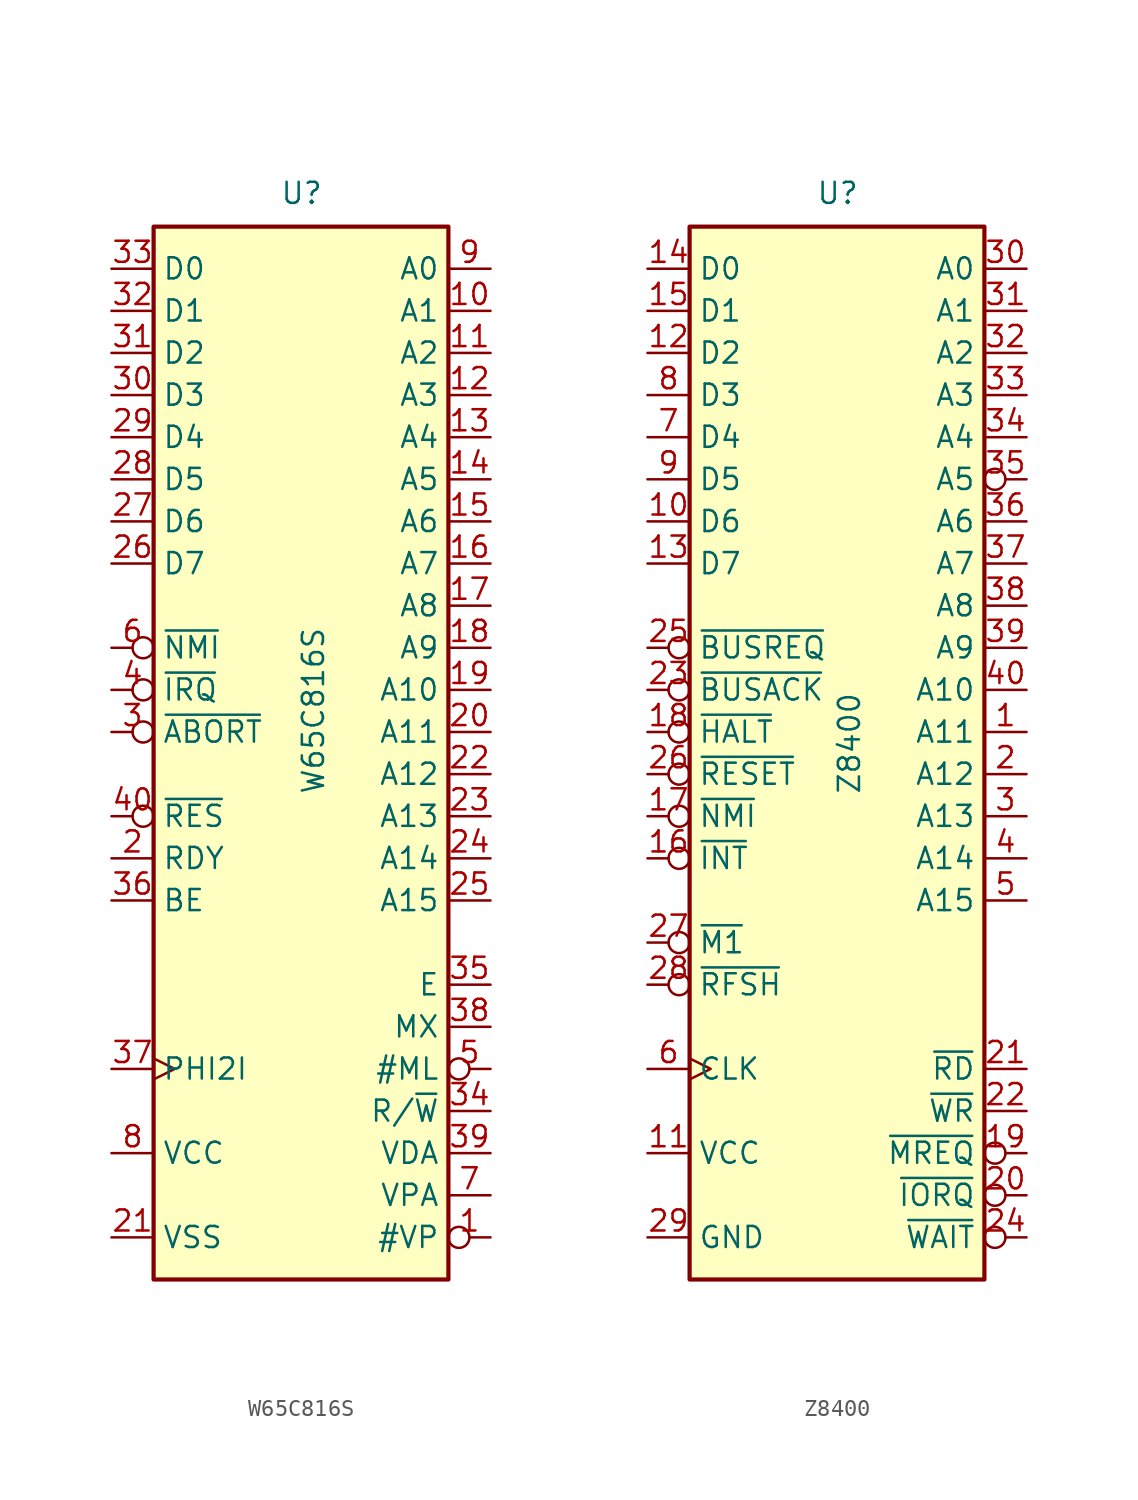
<source format=kicad_sym>
(kicad_symbol_lib
  (version 20211014)
  (generator kicad_symbol_editor)
  (symbol "W65C816S"
    (property "Reference" "U"
      (at -1.27 31.75 0)
      (effects (font (size 1.27 1.27)) (justify left bottom)))
    (property "Value" "W65C816S"
      (at 0 -3.81 90)
      (effects (font (size 1.27 1.27)) (justify left top)))
    (symbol "W65C816S_0_0"
      (pin output line (at 11.43 -15.24 180) (length 2.54) (name "E" (effects (font (size 1.27 1.27)))) (number "35" (effects (font (size 1.27 1.27)))))
      (pin input line (at -11.43 -10.16 0) (length 2.54) (name "BE" (effects (font (size 1.27 1.27)))) (number "36" (effects (font (size 1.27 1.27)))))
      (pin output inverted (at 11.43 -20.32 180) (length 2.54) (name "#ML" (effects (font (size 1.27 1.27)))) (number "5" (effects (font (size 1.27 1.27))))))
    (symbol "W65C816S_0_1"
      (rectangle (start -8.89 -33.02) (end 8.89 30.48) (stroke (width 0.254) (type default) (color 0 0 0 0)) (fill (type background))))
    (symbol "W65C816S_1_1"
      (pin output inverted (at 11.43 -30.48 180) (length 2.54) (name "#VP" (effects (font (size 1.27 1.27)))) (number "1" (effects (font (size 1.27 1.27)))))
      (pin output line (at 11.43 25.4 180) (length 2.54) (name "A1" (effects (font (size 1.27 1.27)))) (number "10" (effects (font (size 1.27 1.27)))))
      (pin output line (at 11.43 22.86 180) (length 2.54) (name "A2" (effects (font (size 1.27 1.27)))) (number "11" (effects (font (size 1.27 1.27)))))
      (pin output line (at 11.43 20.32 180) (length 2.54) (name "A3" (effects (font (size 1.27 1.27)))) (number "12" (effects (font (size 1.27 1.27)))))
      (pin output line (at 11.43 17.78 180) (length 2.54) (name "A4" (effects (font (size 1.27 1.27)))) (number "13" (effects (font (size 1.27 1.27)))))
      (pin output line (at 11.43 15.24 180) (length 2.54) (name "A5" (effects (font (size 1.27 1.27)))) (number "14" (effects (font (size 1.27 1.27)))))
      (pin output line (at 11.43 12.7 180) (length 2.54) (name "A6" (effects (font (size 1.27 1.27)))) (number "15" (effects (font (size 1.27 1.27)))))
      (pin output line (at 11.43 10.16 180) (length 2.54) (name "A7" (effects (font (size 1.27 1.27)))) (number "16" (effects (font (size 1.27 1.27)))))
      (pin output line (at 11.43 7.62 180) (length 2.54) (name "A8" (effects (font (size 1.27 1.27)))) (number "17" (effects (font (size 1.27 1.27)))))
      (pin output line (at 11.43 5.08 180) (length 2.54) (name "A9" (effects (font (size 1.27 1.27)))) (number "18" (effects (font (size 1.27 1.27)))))
      (pin output line (at 11.43 2.54 180) (length 2.54) (name "A10" (effects (font (size 1.27 1.27)))) (number "19" (effects (font (size 1.27 1.27)))))
      (pin input line (at -11.43 -7.62 0) (length 2.54) (name "RDY" (effects (font (size 1.27 1.27)))) (number "2" (effects (font (size 1.27 1.27)))))
      (pin output line (at 11.43 0 180) (length 2.54) (name "A11" (effects (font (size 1.27 1.27)))) (number "20" (effects (font (size 1.27 1.27)))))
      (pin power_in line (at -11.43 -30.48 0) (length 2.54) (name "VSS" (effects (font (size 1.27 1.27)))) (number "21" (effects (font (size 1.27 1.27)))))
      (pin output line (at 11.43 -2.54 180) (length 2.54) (name "A12" (effects (font (size 1.27 1.27)))) (number "22" (effects (font (size 1.27 1.27)))))
      (pin output line (at 11.43 -5.08 180) (length 2.54) (name "A13" (effects (font (size 1.27 1.27)))) (number "23" (effects (font (size 1.27 1.27)))))
      (pin output line (at 11.43 -7.62 180) (length 2.54) (name "A14" (effects (font (size 1.27 1.27)))) (number "24" (effects (font (size 1.27 1.27)))))
      (pin output line (at 11.43 -10.16 180) (length 2.54) (name "A15" (effects (font (size 1.27 1.27)))) (number "25" (effects (font (size 1.27 1.27)))))
      (pin bidirectional line (at -11.43 10.16 0) (length 2.54) (name "D7" (effects (font (size 1.27 1.27)))) (number "26" (effects (font (size 1.27 1.27)))))
      (pin bidirectional line (at -11.43 12.7 0) (length 2.54) (name "D6" (effects (font (size 1.27 1.27)))) (number "27" (effects (font (size 1.27 1.27)))))
      (pin bidirectional line (at -11.43 15.24 0) (length 2.54) (name "D5" (effects (font (size 1.27 1.27)))) (number "28" (effects (font (size 1.27 1.27)))))
      (pin bidirectional line (at -11.43 17.78 0) (length 2.54) (name "D4" (effects (font (size 1.27 1.27)))) (number "29" (effects (font (size 1.27 1.27)))))
      (pin input inverted (at -11.43 0 0) (length 2.54) (name "~{ABORT}" (effects (font (size 1.27 1.27)))) (number "3" (effects (font (size 1.27 1.27)))))
      (pin bidirectional line (at -11.43 20.32 0) (length 2.54) (name "D3" (effects (font (size 1.27 1.27)))) (number "30" (effects (font (size 1.27 1.27)))))
      (pin bidirectional line (at -11.43 22.86 0) (length 2.54) (name "D2" (effects (font (size 1.27 1.27)))) (number "31" (effects (font (size 1.27 1.27)))))
      (pin bidirectional line (at -11.43 25.4 0) (length 2.54) (name "D1" (effects (font (size 1.27 1.27)))) (number "32" (effects (font (size 1.27 1.27)))))
      (pin bidirectional line (at -11.43 27.94 0) (length 2.54) (name "D0" (effects (font (size 1.27 1.27)))) (number "33" (effects (font (size 1.27 1.27)))))
      (pin output line (at 11.43 -22.86 180) (length 2.54) (name "R/~{W}" (effects (font (size 1.27 1.27)))) (number "34" (effects (font (size 1.27 1.27)))))
      (pin input clock (at -11.43 -20.32 0) (length 2.54) (name "PHI2I" (effects (font (size 1.27 1.27)))) (number "37" (effects (font (size 1.27 1.27)))))
      (pin output line (at 11.43 -17.78 180) (length 2.54) (name "MX" (effects (font (size 1.27 1.27)))) (number "38" (effects (font (size 1.27 1.27)))))
      (pin output line (at 11.43 -25.4 180) (length 2.54) (name "VDA" (effects (font (size 1.27 1.27)))) (number "39" (effects (font (size 1.27 1.27)))))
      (pin input inverted (at -11.43 2.54 0) (length 2.54) (name "~{IRQ}" (effects (font (size 1.27 1.27)))) (number "4" (effects (font (size 1.27 1.27)))))
      (pin input inverted (at -11.43 -5.08 0) (length 2.54) (name "~{RES}" (effects (font (size 1.27 1.27)))) (number "40" (effects (font (size 1.27 1.27)))))
      (pin input inverted (at -11.43 5.08 0) (length 2.54) (name "~{NMI}" (effects (font (size 1.27 1.27)))) (number "6" (effects (font (size 1.27 1.27)))))
      (pin output line (at 11.43 -27.94 180) (length 2.54) (name "VPA" (effects (font (size 1.27 1.27)))) (number "7" (effects (font (size 1.27 1.27)))))
      (pin power_in line (at -11.43 -25.4 0) (length 2.54) (name "VCC" (effects (font (size 1.27 1.27)))) (number "8" (effects (font (size 1.27 1.27)))))
      (pin output line (at 11.43 27.94 180) (length 2.54) (name "A0" (effects (font (size 1.27 1.27)))) (number "9" (effects (font (size 1.27 1.27)))))))
  (symbol "Z8400"
    (property "Reference" "U"
      (at -1.27 31.75 0)
      (effects (font (size 1.27 1.27)) (justify left bottom)))
    (property "Value" "Z8400"
      (at 0 -3.81 90)
      (effects (font (size 1.27 1.27)) (justify left top)))
    (symbol "Z8400_0_1"
      (rectangle (start -8.89 -33.02) (end 8.89 30.48) (stroke (width 0.254) (type default) (color 0 0 0 0)) (fill (type background))))
    (symbol "Z8400_1_1"
      (pin output line (at 11.43 0 180) (length 2.54) (name "A11" (effects (font (size 1.27 1.27)))) (number "1" (effects (font (size 1.27 1.27)))))
      (pin bidirectional line (at -11.43 12.7 0) (length 2.54) (name "D6" (effects (font (size 1.27 1.27)))) (number "10" (effects (font (size 1.27 1.27)))))
      (pin power_in line (at -11.43 -25.4 0) (length 2.54) (name "VCC" (effects (font (size 1.27 1.27)))) (number "11" (effects (font (size 1.27 1.27)))))
      (pin bidirectional line (at -11.43 22.86 0) (length 2.54) (name "D2" (effects (font (size 1.27 1.27)))) (number "12" (effects (font (size 1.27 1.27)))))
      (pin bidirectional line (at -11.43 10.16 0) (length 2.54) (name "D7" (effects (font (size 1.27 1.27)))) (number "13" (effects (font (size 1.27 1.27)))))
      (pin bidirectional line (at -11.43 27.94 0) (length 2.54) (name "D0" (effects (font (size 1.27 1.27)))) (number "14" (effects (font (size 1.27 1.27)))))
      (pin bidirectional line (at -11.43 25.4 0) (length 2.54) (name "D1" (effects (font (size 1.27 1.27)))) (number "15" (effects (font (size 1.27 1.27)))))
      (pin input inverted (at -11.43 -7.62 0) (length 2.54) (name "~{INT}" (effects (font (size 1.27 1.27)))) (number "16" (effects (font (size 1.27 1.27)))))
      (pin input inverted (at -11.43 -5.08 0) (length 2.54) (name "~{NMI}" (effects (font (size 1.27 1.27)))) (number "17" (effects (font (size 1.27 1.27)))))
      (pin output inverted (at -11.43 0 0) (length 2.54) (name "~{HALT}" (effects (font (size 1.27 1.27)))) (number "18" (effects (font (size 1.27 1.27)))))
      (pin output inverted (at 11.43 -25.4 180) (length 2.54) (name "~{MREQ}" (effects (font (size 1.27 1.27)))) (number "19" (effects (font (size 1.27 1.27)))))
      (pin output line (at 11.43 -2.54 180) (length 2.54) (name "A12" (effects (font (size 1.27 1.27)))) (number "2" (effects (font (size 1.27 1.27)))))
      (pin output inverted (at 11.43 -27.94 180) (length 2.54) (name "~{IORQ}" (effects (font (size 1.27 1.27)))) (number "20" (effects (font (size 1.27 1.27)))))
      (pin output line (at 11.43 -20.32 180) (length 2.54) (name "~{RD}" (effects (font (size 1.27 1.27)))) (number "21" (effects (font (size 1.27 1.27)))))
      (pin output line (at 11.43 -22.86 180) (length 2.54) (name "~{WR}" (effects (font (size 1.27 1.27)))) (number "22" (effects (font (size 1.27 1.27)))))
      (pin output inverted (at -11.43 2.54 0) (length 2.54) (name "~{BUSACK}" (effects (font (size 1.27 1.27)))) (number "23" (effects (font (size 1.27 1.27)))))
      (pin input inverted (at 11.43 -30.48 180) (length 2.54) (name "~{WAIT}" (effects (font (size 1.27 1.27)))) (number "24" (effects (font (size 1.27 1.27)))))
      (pin input inverted (at -11.43 5.08 0) (length 2.54) (name "~{BUSREQ}" (effects (font (size 1.27 1.27)))) (number "25" (effects (font (size 1.27 1.27)))))
      (pin input inverted (at -11.43 -2.54 0) (length 2.54) (name "~{RESET}" (effects (font (size 1.27 1.27)))) (number "26" (effects (font (size 1.27 1.27)))))
      (pin output inverted (at -11.43 -12.7 0) (length 2.54) (name "~{M1}" (effects (font (size 1.27 1.27)))) (number "27" (effects (font (size 1.27 1.27)))))
      (pin output inverted (at -11.43 -15.24 0) (length 2.54) (name "~{RFSH}" (effects (font (size 1.27 1.27)))) (number "28" (effects (font (size 1.27 1.27)))))
      (pin power_in line (at -11.43 -30.48 0) (length 2.54) (name "GND" (effects (font (size 1.27 1.27)))) (number "29" (effects (font (size 1.27 1.27)))))
      (pin output line (at 11.43 -5.08 180) (length 2.54) (name "A13" (effects (font (size 1.27 1.27)))) (number "3" (effects (font (size 1.27 1.27)))))
      (pin output line (at 11.43 27.94 180) (length 2.54) (name "A0" (effects (font (size 1.27 1.27)))) (number "30" (effects (font (size 1.27 1.27)))))
      (pin output line (at 11.43 25.4 180) (length 2.54) (name "A1" (effects (font (size 1.27 1.27)))) (number "31" (effects (font (size 1.27 1.27)))))
      (pin output line (at 11.43 22.86 180) (length 2.54) (name "A2" (effects (font (size 1.27 1.27)))) (number "32" (effects (font (size 1.27 1.27)))))
      (pin output line (at 11.43 20.32 180) (length 2.54) (name "A3" (effects (font (size 1.27 1.27)))) (number "33" (effects (font (size 1.27 1.27)))))
      (pin output line (at 11.43 17.78 180) (length 2.54) (name "A4" (effects (font (size 1.27 1.27)))) (number "34" (effects (font (size 1.27 1.27)))))
      (pin output inverted (at 11.43 15.24 180) (length 2.54) (name "A5" (effects (font (size 1.27 1.27)))) (number "35" (effects (font (size 1.27 1.27)))))
      (pin output line (at 11.43 12.7 180) (length 2.54) (name "A6" (effects (font (size 1.27 1.27)))) (number "36" (effects (font (size 1.27 1.27)))))
      (pin output line (at 11.43 10.16 180) (length 2.54) (name "A7" (effects (font (size 1.27 1.27)))) (number "37" (effects (font (size 1.27 1.27)))))
      (pin output line (at 11.43 7.62 180) (length 2.54) (name "A8" (effects (font (size 1.27 1.27)))) (number "38" (effects (font (size 1.27 1.27)))))
      (pin output line (at 11.43 5.08 180) (length 2.54) (name "A9" (effects (font (size 1.27 1.27)))) (number "39" (effects (font (size 1.27 1.27)))))
      (pin output line (at 11.43 -7.62 180) (length 2.54) (name "A14" (effects (font (size 1.27 1.27)))) (number "4" (effects (font (size 1.27 1.27)))))
      (pin output line (at 11.43 2.54 180) (length 2.54) (name "A10" (effects (font (size 1.27 1.27)))) (number "40" (effects (font (size 1.27 1.27)))))
      (pin output line (at 11.43 -10.16 180) (length 2.54) (name "A15" (effects (font (size 1.27 1.27)))) (number "5" (effects (font (size 1.27 1.27)))))
      (pin input clock (at -11.43 -20.32 0) (length 2.54) (name "CLK" (effects (font (size 1.27 1.27)))) (number "6" (effects (font (size 1.27 1.27)))))
      (pin bidirectional line (at -11.43 17.78 0) (length 2.54) (name "D4" (effects (font (size 1.27 1.27)))) (number "7" (effects (font (size 1.27 1.27)))))
      (pin bidirectional line (at -11.43 20.32 0) (length 2.54) (name "D3" (effects (font (size 1.27 1.27)))) (number "8" (effects (font (size 1.27 1.27)))))
      (pin bidirectional line (at -11.43 15.24 0) (length 2.54) (name "D5" (effects (font (size 1.27 1.27)))) (number "9" (effects (font (size 1.27 1.27))))))))
</source>
